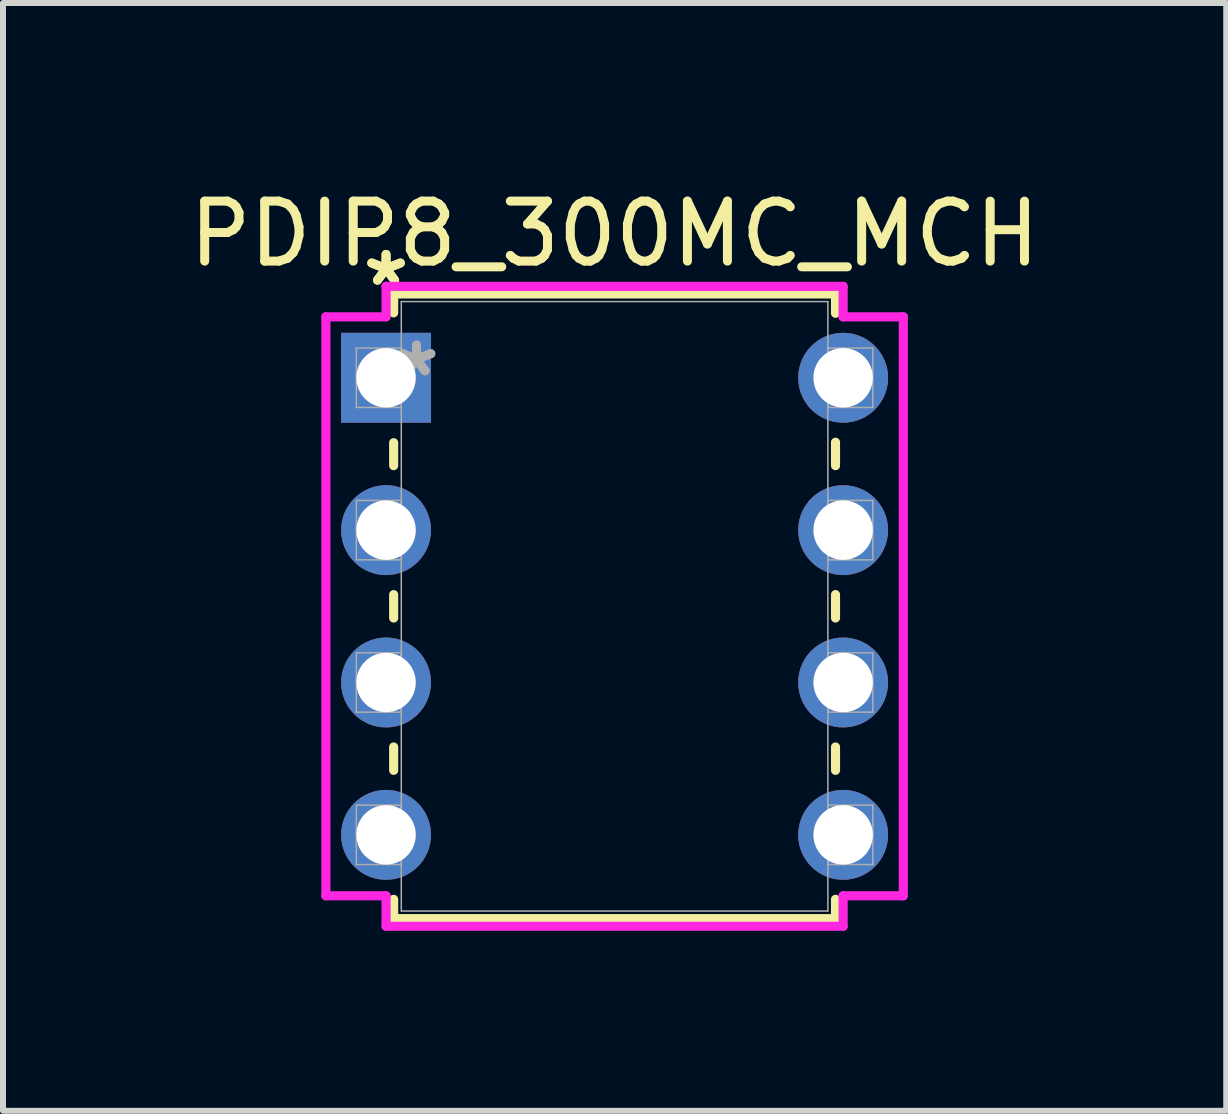
<source format=kicad_pcb>
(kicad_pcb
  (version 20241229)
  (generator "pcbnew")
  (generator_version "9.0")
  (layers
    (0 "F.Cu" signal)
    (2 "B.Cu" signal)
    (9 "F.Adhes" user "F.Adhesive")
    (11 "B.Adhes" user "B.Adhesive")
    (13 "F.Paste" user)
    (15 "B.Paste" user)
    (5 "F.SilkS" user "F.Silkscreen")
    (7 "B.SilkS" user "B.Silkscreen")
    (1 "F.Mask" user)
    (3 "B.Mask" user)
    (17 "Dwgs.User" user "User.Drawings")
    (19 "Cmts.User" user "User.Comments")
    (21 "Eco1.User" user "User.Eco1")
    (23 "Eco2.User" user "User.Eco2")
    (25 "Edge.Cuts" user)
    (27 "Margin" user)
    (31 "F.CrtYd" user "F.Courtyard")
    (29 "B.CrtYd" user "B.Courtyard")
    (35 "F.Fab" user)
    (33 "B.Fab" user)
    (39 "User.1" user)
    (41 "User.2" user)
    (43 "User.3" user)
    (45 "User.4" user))
  (footprint "PDIP8_300MC_MCH"
    (layer "F.Cu")
    (at 3.386 3.248)
    (property "Reference" "PDIP8_300MC_MCH" (at 3.81 -2.4 0) (unlocked yes) (layer "F.SilkS") (effects (font (size 1 1) (thickness 0.15))))
    (attr through_hole)
    (fp_line (start 0.127 -1.397) (end 0.127 -1.082) (stroke (width 0.152) (type solid)) (layer "F.SilkS"))
    (fp_line (start 0.127 1.082) (end 0.127 1.465) (stroke (width 0.152) (type solid)) (layer "F.SilkS"))
    (fp_line (start 0.127 3.615) (end 0.127 4.005) (stroke (width 0.152) (type solid)) (layer "F.SilkS"))
    (fp_line (start 0.127 6.155) (end 0.127 6.545) (stroke (width 0.152) (type solid)) (layer "F.SilkS"))
    (fp_line (start 0.127 8.695) (end 0.127 9.017) (stroke (width 0.152) (type solid)) (layer "F.SilkS"))
    (fp_line (start 0.127 9.017) (end 7.493 9.017) (stroke (width 0.152) (type solid)) (layer "F.SilkS"))
    (fp_line (start 7.493 -1.397) (end 0.127 -1.397) (stroke (width 0.152) (type solid)) (layer "F.SilkS"))
    (fp_line (start 7.493 -1.075) (end 7.493 -1.397) (stroke (width 0.152) (type solid)) (layer "F.SilkS"))
    (fp_line (start 7.493 1.465) (end 7.493 1.075) (stroke (width 0.152) (type solid)) (layer "F.SilkS"))
    (fp_line (start 7.493 4.005) (end 7.493 3.615) (stroke (width 0.152) (type solid)) (layer "F.SilkS"))
    (fp_line (start 7.493 6.545) (end 7.493 6.155) (stroke (width 0.152) (type solid)) (layer "F.SilkS"))
    (fp_line (start 7.493 9.017) (end 7.493 8.695) (stroke (width 0.152) (type solid)) (layer "F.SilkS"))
    (fp_line (start -1.003 -1.016) (end 0 -1.016) (stroke (width 0.152) (type solid)) (layer "F.CrtYd"))
    (fp_line (start -1.003 8.636) (end -1.003 -1.016) (stroke (width 0.152) (type solid)) (layer "F.CrtYd"))
    (fp_line (start 0 -1.524) (end 7.62 -1.524) (stroke (width 0.152) (type solid)) (layer "F.CrtYd"))
    (fp_line (start 0 -1.016) (end 0 -1.524) (stroke (width 0.152) (type solid)) (layer "F.CrtYd"))
    (fp_line (start 0 8.636) (end -1.003 8.636) (stroke (width 0.152) (type solid)) (layer "F.CrtYd"))
    (fp_line (start 0 9.144) (end 0 8.636) (stroke (width 0.152) (type solid)) (layer "F.CrtYd"))
    (fp_line (start 7.62 -1.524) (end 7.62 -1.016) (stroke (width 0.152) (type solid)) (layer "F.CrtYd"))
    (fp_line (start 7.62 8.636) (end 7.62 9.144) (stroke (width 0.152) (type solid)) (layer "F.CrtYd"))
    (fp_line (start 7.62 9.144) (end 0 9.144) (stroke (width 0.152) (type solid)) (layer "F.CrtYd"))
    (fp_line (start 8.623 -1.016) (end 7.62 -1.016) (stroke (width 0.152) (type solid)) (layer "F.CrtYd"))
    (fp_line (start 8.623 -1.016) (end 8.623 8.636) (stroke (width 0.152) (type solid)) (layer "F.CrtYd"))
    (fp_line (start 8.623 8.636) (end 7.62 8.636) (stroke (width 0.152) (type solid)) (layer "F.CrtYd"))
    (fp_line (start -0.495 -0.495) (end -0.495 0.495) (stroke (width 0.025) (type solid)) (layer "F.Fab"))
    (fp_line (start -0.495 0.495) (end 0.254 0.495) (stroke (width 0.025) (type solid)) (layer "F.Fab"))
    (fp_line (start -0.495 2.045) (end -0.495 3.035) (stroke (width 0.025) (type solid)) (layer "F.Fab"))
    (fp_line (start -0.495 3.035) (end 0.254 3.035) (stroke (width 0.025) (type solid)) (layer "F.Fab"))
    (fp_line (start -0.495 4.585) (end -0.495 5.575) (stroke (width 0.025) (type solid)) (layer "F.Fab"))
    (fp_line (start -0.495 5.575) (end 0.254 5.575) (stroke (width 0.025) (type solid)) (layer "F.Fab"))
    (fp_line (start -0.495 7.125) (end -0.495 8.115) (stroke (width 0.025) (type solid)) (layer "F.Fab"))
    (fp_line (start -0.495 8.115) (end 0.254 8.115) (stroke (width 0.025) (type solid)) (layer "F.Fab"))
    (fp_line (start 0.254 -1.27) (end 0.254 8.89) (stroke (width 0.025) (type solid)) (layer "F.Fab"))
    (fp_line (start 0.254 -0.495) (end -0.495 -0.495) (stroke (width 0.025) (type solid)) (layer "F.Fab"))
    (fp_line (start 0.254 0.495) (end 0.254 -0.495) (stroke (width 0.025) (type solid)) (layer "F.Fab"))
    (fp_line (start 0.254 2.045) (end -0.495 2.045) (stroke (width 0.025) (type solid)) (layer "F.Fab"))
    (fp_line (start 0.254 3.035) (end 0.254 2.045) (stroke (width 0.025) (type solid)) (layer "F.Fab"))
    (fp_line (start 0.254 4.585) (end -0.495 4.585) (stroke (width 0.025) (type solid)) (layer "F.Fab"))
    (fp_line (start 0.254 5.575) (end 0.254 4.585) (stroke (width 0.025) (type solid)) (layer "F.Fab"))
    (fp_line (start 0.254 7.125) (end -0.495 7.125) (stroke (width 0.025) (type solid)) (layer "F.Fab"))
    (fp_line (start 0.254 8.115) (end 0.254 7.125) (stroke (width 0.025) (type solid)) (layer "F.Fab"))
    (fp_line (start 0.254 8.89) (end 7.366 8.89) (stroke (width 0.025) (type solid)) (layer "F.Fab"))
    (fp_line (start 7.366 -1.27) (end 0.254 -1.27) (stroke (width 0.025) (type solid)) (layer "F.Fab"))
    (fp_line (start 7.366 -0.495) (end 7.366 0.495) (stroke (width 0.025) (type solid)) (layer "F.Fab"))
    (fp_line (start 7.366 0.495) (end 8.115 0.495) (stroke (width 0.025) (type solid)) (layer "F.Fab"))
    (fp_line (start 7.366 2.045) (end 7.366 3.035) (stroke (width 0.025) (type solid)) (layer "F.Fab"))
    (fp_line (start 7.366 3.035) (end 8.115 3.035) (stroke (width 0.025) (type solid)) (layer "F.Fab"))
    (fp_line (start 7.366 4.585) (end 7.366 5.575) (stroke (width 0.025) (type solid)) (layer "F.Fab"))
    (fp_line (start 7.366 5.575) (end 8.115 5.575) (stroke (width 0.025) (type solid)) (layer "F.Fab"))
    (fp_line (start 7.366 7.125) (end 7.366 8.115) (stroke (width 0.025) (type solid)) (layer "F.Fab"))
    (fp_line (start 7.366 8.115) (end 8.115 8.115) (stroke (width 0.025) (type solid)) (layer "F.Fab"))
    (fp_line (start 7.366 8.89) (end 7.366 -1.27) (stroke (width 0.025) (type solid)) (layer "F.Fab"))
    (fp_line (start 8.115 -0.495) (end 7.366 -0.495) (stroke (width 0.025) (type solid)) (layer "F.Fab"))
    (fp_line (start 8.115 0.495) (end 8.115 -0.495) (stroke (width 0.025) (type solid)) (layer "F.Fab"))
    (fp_line (start 8.115 2.045) (end 7.366 2.045) (stroke (width 0.025) (type solid)) (layer "F.Fab"))
    (fp_line (start 8.115 3.035) (end 8.115 2.045) (stroke (width 0.025) (type solid)) (layer "F.Fab"))
    (fp_line (start 8.115 4.585) (end 7.366 4.585) (stroke (width 0.025) (type solid)) (layer "F.Fab"))
    (fp_line (start 8.115 5.575) (end 8.115 4.585) (stroke (width 0.025) (type solid)) (layer "F.Fab"))
    (fp_line (start 8.115 7.125) (end 7.366 7.125) (stroke (width 0.025) (type solid)) (layer "F.Fab"))
    (fp_line (start 8.115 8.115) (end 8.115 7.125) (stroke (width 0.025) (type solid)) (layer "F.Fab"))
    (fp_text user "*" (at 0 -1.511 0) (layer "F.SilkS") (effects (font (size 1 1) (thickness 0.15))))
    (fp_text user "*" (at 0 -1.511 0) (unlocked yes) (layer "F.SilkS") (effects (font (size 1 1) (thickness 0.15))))
    (fp_text user "*" (at 0.508 0 0) (layer "F.Fab") (effects (font (size 1 1) (thickness 0.15))))
    (fp_text user "*" (at 0.508 0 0) (unlocked yes) (layer "F.Fab") (effects (font (size 1 1) (thickness 0.15))))
    (pad "1" thru_hole rect (at 0 0) (size 1.499 1.499) (drill 0.991) (layers "*.Cu" "*.Mask"))
    (pad "2" thru_hole circle (at 0 2.54) (size 1.499 1.499) (drill 0.991) (layers "*.Cu" "*.Mask"))
    (pad "3" thru_hole circle (at 0 5.08) (size 1.499 1.499) (drill 0.991) (layers "*.Cu" "*.Mask"))
    (pad "4" thru_hole circle (at 0 7.62) (size 1.499 1.499) (drill 0.991) (layers "*.Cu" "*.Mask"))
    (pad "5" thru_hole circle (at 7.62 7.62) (size 1.499 1.499) (drill 0.991) (layers "*.Cu" "*.Mask"))
    (pad "6" thru_hole circle (at 7.62 5.08) (size 1.499 1.499) (drill 0.991) (layers "*.Cu" "*.Mask"))
    (pad "7" thru_hole circle (at 7.62 2.54) (size 1.499 1.499) (drill 0.991) (layers "*.Cu" "*.Mask"))
    (pad "8" thru_hole circle (at 7.62 0) (size 1.499 1.499) (drill 0.991) (layers "*.Cu" "*.Mask")))
  (gr_rect
    (start -3 -3)
    (end 17.393 15.468)
    (stroke (width 0.1) (type default))
    (fill no)
    (layer "Edge.Cuts")))
</source>
